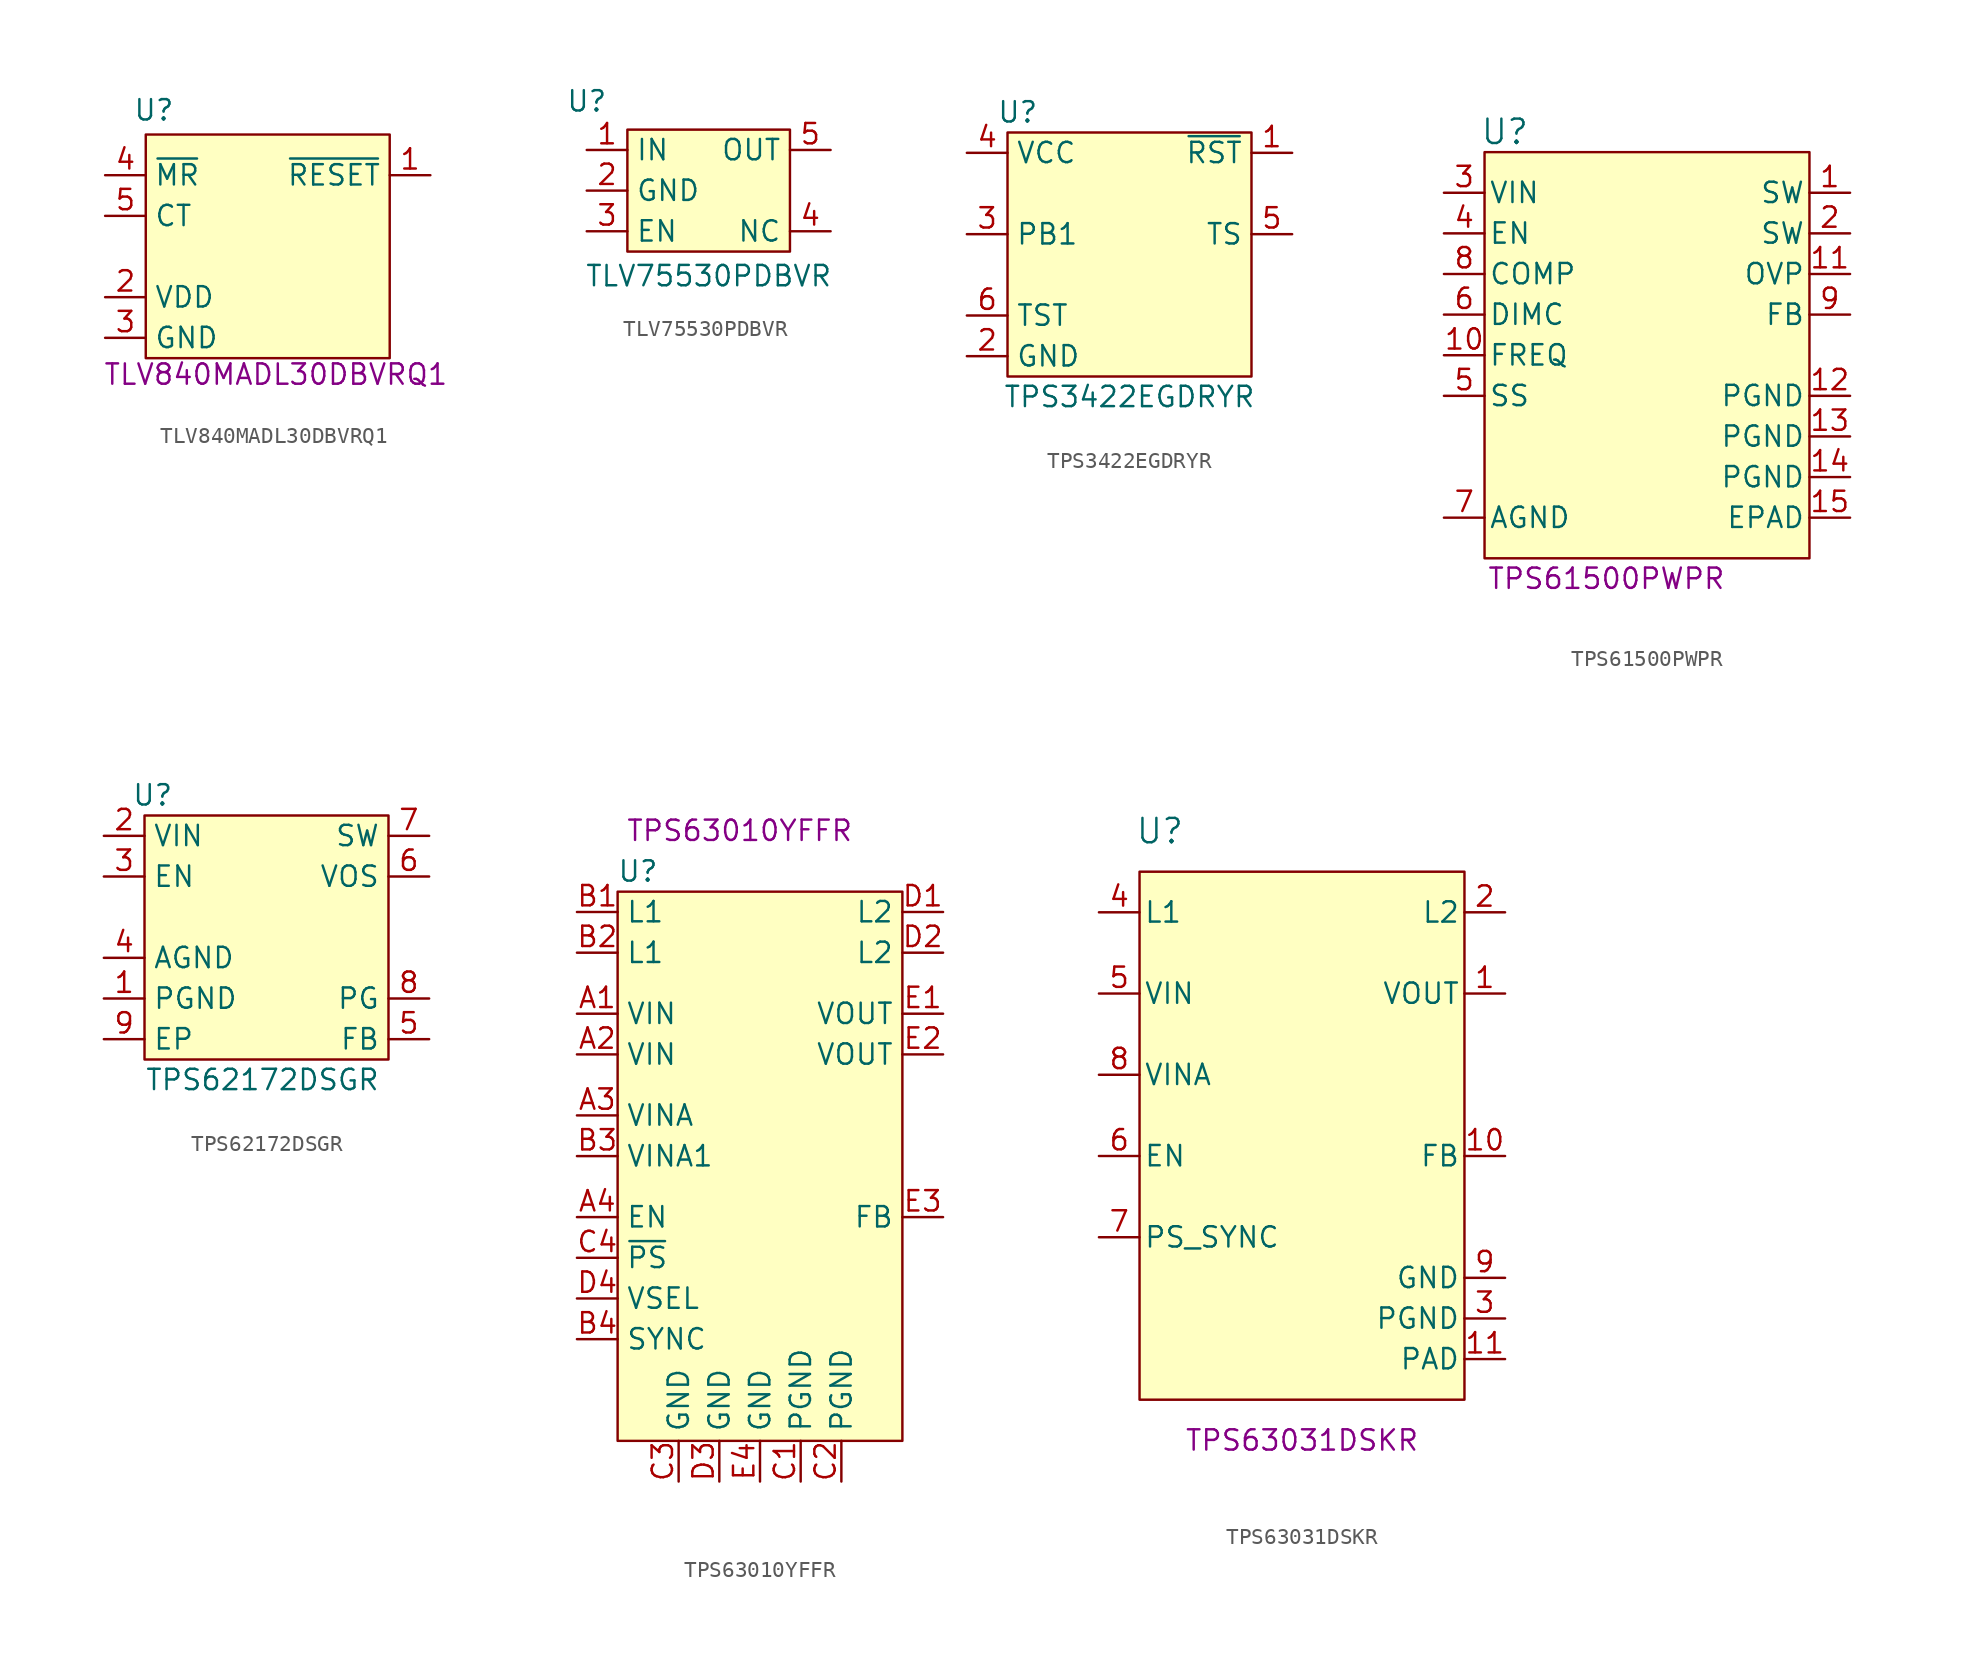
<source format=kicad_sym>
(kicad_symbol_lib
  (version 20241209)
  (generator "kicad_symbol_editor")
  (generator_version "9.0")
  (symbol "TLV840MADL30DBVRQ1"
    (property "Reference" "U"
      (at 3.048 4.064 0)
      (effects (font (size 1.27 1.27))))
    (property "Value" ""
      (at 0 0 0)
      (effects (font (size 1.27 1.27))))
    (property "PartNumber" "TLV840MADL30DBVRQ1"
      (at 10.668 -12.446 0)
      (effects (font (size 1.27 1.27))))
    (symbol "TLV840MADL30DBVRQ1_0_0"
      (pin passive line (at 0 0 0) (length 2.54) (name "~{MR}" (effects (font (size 1.27 1.27)))) (number "4" (effects (font (size 1.27 1.27)))))
      (pin passive line (at 0 -2.54 0) (length 2.54) (name "CT" (effects (font (size 1.27 1.27)))) (number "5" (effects (font (size 1.27 1.27)))))
      (pin passive line (at 0 -7.62 0) (length 2.54) (name "VDD" (effects (font (size 1.27 1.27)))) (number "2" (effects (font (size 1.27 1.27)))))
      (pin passive line (at 0 -10.16 0) (length 2.54) (name "GND" (effects (font (size 1.27 1.27)))) (number "3" (effects (font (size 1.27 1.27))))))
    (symbol "TLV840MADL30DBVRQ1_1_0"
      (pin passive line (at 20.32 0 180) (length 2.54) (name "~{RESET}" (effects (font (size 1.27 1.27)))) (number "1" (effects (font (size 1.27 1.27))))))
    (symbol "TLV840MADL30DBVRQ1_1_1"
      (rectangle (start 2.54 2.54) (end 17.78 -11.43) (stroke (width 0) (type default)) (fill (type background)))))
  (symbol "TLV75530PDBVR"
    (property "Reference" "U"
      (at 0 3.048 0)
      (effects (font (size 1.27 1.27))))
    (property "Value" "TLV75530PDBVR"
      (at 7.62 -7.874 0)
      (effects (font (size 1.27 1.27))))
    (symbol "TLV75530PDBVR_1_1"
      (rectangle (start 2.54 1.27) (end 12.7 -6.35) (stroke (width 0) (type default)) (fill (type background)))
      (pin passive line (at 0 0 0) (length 2.54) (name "IN" (effects (font (size 1.27 1.27)))) (number "1" (effects (font (size 1.27 1.27)))))
      (pin passive line (at 0 -2.54 0) (length 2.54) (name "GND" (effects (font (size 1.27 1.27)))) (number "2" (effects (font (size 1.27 1.27)))))
      (pin passive line (at 0 -5.08 0) (length 2.54) (name "EN" (effects (font (size 1.27 1.27)))) (number "3" (effects (font (size 1.27 1.27)))))
      (pin passive line (at 15.24 0 180) (length 2.54) (name "OUT" (effects (font (size 1.27 1.27)))) (number "5" (effects (font (size 1.27 1.27)))))
      (pin passive line (at 15.24 -5.08 180) (length 2.54) (name "NC" (effects (font (size 1.27 1.27)))) (number "4" (effects (font (size 1.27 1.27)))))))
  (symbol "TPS3422EGDRYR"
    (property "Reference" "U"
      (at 3.175 2.54 0)
      (effects (font (size 1.27 1.27))))
    (property "Value" "TPS3422EGDRYR"
      (at 10.16 -15.24 0)
      (effects (font (size 1.27 1.27))))
    (symbol "TPS3422EGDRYR_0_0"
      (pin passive line (at 0 0 0) (length 2.54) (name "VCC" (effects (font (size 1.27 1.27)))) (number "4" (effects (font (size 1.27 1.27)))))
      (pin passive line (at 0 -5.08 0) (length 2.54) (name "PB1" (effects (font (size 1.27 1.27)))) (number "3" (effects (font (size 1.27 1.27)))))
      (pin passive line (at 0 -10.16 0) (length 2.54) (name "TST" (effects (font (size 1.27 1.27)))) (number "6" (effects (font (size 1.27 1.27)))))
      (pin passive line (at 0 -12.7 0) (length 2.54) (name "GND" (effects (font (size 1.27 1.27)))) (number "2" (effects (font (size 1.27 1.27)))))
      (pin passive line (at 20.32 0 180) (length 2.54) (name "~{RST}" (effects (font (size 1.27 1.27)))) (number "1" (effects (font (size 1.27 1.27)))))
      (pin passive line (at 20.32 -5.08 180) (length 2.54) (name "TS" (effects (font (size 1.27 1.27)))) (number "5" (effects (font (size 1.27 1.27))))))
    (symbol "TPS3422EGDRYR_1_1"
      (rectangle (start 2.54 1.27) (end 17.78 -13.97) (stroke (width 0) (type solid)) (fill (type background)))))
  (symbol "TPS61500PWPR"
    (pin_names
      (offset 0.254))
    (property "Reference" "U"
      (at -21.59 3.81 0)
      (effects (font (size 1.524 1.524))))
    (property "PartNumber" "TPS61500PWPR"
      (at -15.24 -24.13 0)
      (effects (font (size 1.27 1.27))))
    (symbol "TPS61500PWPR_1_1"
      (rectangle (start -22.86 2.54) (end -2.54 -22.86) (stroke (width 0) (type default)) (fill (type background)))
      (pin passive line (at -25.4 0 0) (length 2.54) (name "VIN" (effects (font (size 1.27 1.27)))) (number "3" (effects (font (size 1.27 1.27)))))
      (pin passive line (at -25.4 -2.54 0) (length 2.54) (name "EN" (effects (font (size 1.27 1.27)))) (number "4" (effects (font (size 1.27 1.27)))))
      (pin passive line (at -25.4 -5.08 0) (length 2.54) (name "COMP" (effects (font (size 1.27 1.27)))) (number "8" (effects (font (size 1.27 1.27)))))
      (pin passive line (at -25.4 -7.62 0) (length 2.54) (name "DIMC" (effects (font (size 1.27 1.27)))) (number "6" (effects (font (size 1.27 1.27)))))
      (pin passive line (at -25.4 -10.16 0) (length 2.54) (name "FREQ" (effects (font (size 1.27 1.27)))) (number "10" (effects (font (size 1.27 1.27)))))
      (pin passive line (at -25.4 -12.7 0) (length 2.54) (name "SS" (effects (font (size 1.27 1.27)))) (number "5" (effects (font (size 1.27 1.27)))))
      (pin passive line (at -25.4 -20.32 0) (length 2.54) (name "AGND" (effects (font (size 1.27 1.27)))) (number "7" (effects (font (size 1.27 1.27)))))
      (pin passive line (at 0 0 180) (length 2.54) (name "SW" (effects (font (size 1.27 1.27)))) (number "1" (effects (font (size 1.27 1.27)))))
      (pin passive line (at 0 -2.54 180) (length 2.54) (name "SW" (effects (font (size 1.27 1.27)))) (number "2" (effects (font (size 1.27 1.27)))))
      (pin passive line (at 0 -5.08 180) (length 2.54) (name "OVP" (effects (font (size 1.27 1.27)))) (number "11" (effects (font (size 1.27 1.27)))))
      (pin passive line (at 0 -7.62 180) (length 2.54) (name "FB" (effects (font (size 1.27 1.27)))) (number "9" (effects (font (size 1.27 1.27)))))
      (pin passive line (at 0 -12.7 180) (length 2.54) (name "PGND" (effects (font (size 1.27 1.27)))) (number "12" (effects (font (size 1.27 1.27)))))
      (pin passive line (at 0 -15.24 180) (length 2.54) (name "PGND" (effects (font (size 1.27 1.27)))) (number "13" (effects (font (size 1.27 1.27)))))
      (pin passive line (at 0 -17.78 180) (length 2.54) (name "PGND" (effects (font (size 1.27 1.27)))) (number "14" (effects (font (size 1.27 1.27)))))
      (pin passive line (at 0 -20.32 180) (length 2.54) (name "EPAD" (effects (font (size 1.27 1.27)))) (number "15" (effects (font (size 1.27 1.27)))))))
  (symbol "TPS62172DSGR"
    (property "Reference" "U"
      (at 3.048 2.54 0)
      (effects (font (size 1.27 1.27))))
    (property "Value" "TPS62172DSGR"
      (at 9.906 -15.24 0)
      (effects (font (size 1.27 1.27))))
    (symbol "TPS62172DSGR_0_0"
      (pin passive line (at 0 0 0) (length 2.54) (name "VIN" (effects (font (size 1.27 1.27)))) (number "2" (effects (font (size 1.27 1.27)))))
      (pin passive line (at 0 -2.54 0) (length 2.54) (name "EN" (effects (font (size 1.27 1.27)))) (number "3" (effects (font (size 1.27 1.27)))))
      (pin passive line (at 0 -7.62 0) (length 2.54) (name "AGND" (effects (font (size 1.27 1.27)))) (number "4" (effects (font (size 1.27 1.27)))))
      (pin passive line (at 0 -10.16 0) (length 2.54) (name "PGND" (effects (font (size 1.27 1.27)))) (number "1" (effects (font (size 1.27 1.27)))))
      (pin passive line (at 20.32 0 180) (length 2.54) (name "SW" (effects (font (size 1.27 1.27)))) (number "7" (effects (font (size 1.27 1.27)))))
      (pin passive line (at 20.32 -2.54 180) (length 2.54) (name "VOS" (effects (font (size 1.27 1.27)))) (number "6" (effects (font (size 1.27 1.27)))))
      (pin passive line (at 20.32 -10.16 180) (length 2.54) (name "PG" (effects (font (size 1.27 1.27)))) (number "8" (effects (font (size 1.27 1.27)))))
      (pin passive line (at 20.32 -12.7 180) (length 2.54) (name "FB" (effects (font (size 1.27 1.27)))) (number "5" (effects (font (size 1.27 1.27))))))
    (symbol "TPS62172DSGR_1_0"
      (pin passive line (at 0 -12.7 0) (length 2.54) (name "EP" (effects (font (size 1.27 1.27)))) (number "9" (effects (font (size 1.27 1.27))))))
    (symbol "TPS62172DSGR_1_1"
      (rectangle (start 2.54 1.27) (end 17.78 -13.97) (stroke (width 0) (type solid)) (fill (type background)))))
  (symbol "TPS63010YFFR"
    (property "Reference" "U"
      (at -7.62 16.51 0)
      (effects (font (size 1.27 1.27))))
    (property "PartNumber" "TPS63010YFFR"
      (at -1.27 19.05 0)
      (effects (font (size 1.27 1.27))))
    (symbol "TPS63010YFFR_1_1"
      (rectangle (start -8.89 15.24) (end 8.89 -19.05) (stroke (width 0) (type default)) (fill (type background)))
      (pin passive line (at -11.43 13.97 0) (length 2.54) (name "L1" (effects (font (size 1.27 1.27)))) (number "B1" (effects (font (size 1.27 1.27)))))
      (pin passive line (at -11.43 11.43 0) (length 2.54) (name "L1" (effects (font (size 1.27 1.27)))) (number "B2" (effects (font (size 1.27 1.27)))))
      (pin passive line (at -11.43 7.62 0) (length 2.54) (name "VIN" (effects (font (size 1.27 1.27)))) (number "A1" (effects (font (size 1.27 1.27)))))
      (pin passive line (at -11.43 5.08 0) (length 2.54) (name "VIN" (effects (font (size 1.27 1.27)))) (number "A2" (effects (font (size 1.27 1.27)))))
      (pin passive line (at -11.43 1.27 0) (length 2.54) (name "VINA" (effects (font (size 1.27 1.27)))) (number "A3" (effects (font (size 1.27 1.27)))))
      (pin passive line (at -11.43 -1.27 0) (length 2.54) (name "VINA1" (effects (font (size 1.27 1.27)))) (number "B3" (effects (font (size 1.27 1.27)))))
      (pin passive line (at -11.43 -5.08 0) (length 2.54) (name "EN" (effects (font (size 1.27 1.27)))) (number "A4" (effects (font (size 1.27 1.27)))))
      (pin passive line (at -11.43 -7.62 0) (length 2.54) (name "~{PS}" (effects (font (size 1.27 1.27)))) (number "C4" (effects (font (size 1.27 1.27)))))
      (pin passive line (at -11.43 -10.16 0) (length 2.54) (name "VSEL" (effects (font (size 1.27 1.27)))) (number "D4" (effects (font (size 1.27 1.27)))))
      (pin passive line (at -11.43 -12.7 0) (length 2.54) (name "SYNC" (effects (font (size 1.27 1.27)))) (number "B4" (effects (font (size 1.27 1.27)))))
      (pin passive line (at -5.08 -21.59 90) (length 2.54) (name "GND" (effects (font (size 1.27 1.27)))) (number "C3" (effects (font (size 1.27 1.27)))))
      (pin passive line (at -2.54 -21.59 90) (length 2.54) (name "GND" (effects (font (size 1.27 1.27)))) (number "D3" (effects (font (size 1.27 1.27)))))
      (pin passive line (at 0 -21.59 90) (length 2.54) (name "GND" (effects (font (size 1.27 1.27)))) (number "E4" (effects (font (size 1.27 1.27)))))
      (pin passive line (at 2.54 -21.59 90) (length 2.54) (name "PGND" (effects (font (size 1.27 1.27)))) (number "C1" (effects (font (size 1.27 1.27)))))
      (pin passive line (at 5.08 -21.59 90) (length 2.54) (name "PGND" (effects (font (size 1.27 1.27)))) (number "C2" (effects (font (size 1.27 1.27)))))
      (pin passive line (at 11.43 13.97 180) (length 2.54) (name "L2" (effects (font (size 1.27 1.27)))) (number "D1" (effects (font (size 1.27 1.27)))))
      (pin passive line (at 11.43 11.43 180) (length 2.54) (name "L2" (effects (font (size 1.27 1.27)))) (number "D2" (effects (font (size 1.27 1.27)))))
      (pin passive line (at 11.43 7.62 180) (length 2.54) (name "VOUT" (effects (font (size 1.27 1.27)))) (number "E1" (effects (font (size 1.27 1.27)))))
      (pin passive line (at 11.43 5.08 180) (length 2.54) (name "VOUT" (effects (font (size 1.27 1.27)))) (number "E2" (effects (font (size 1.27 1.27)))))
      (pin passive line (at 11.43 -5.08 180) (length 2.54) (name "FB" (effects (font (size 1.27 1.27)))) (number "E3" (effects (font (size 1.27 1.27)))))))
  (symbol "TPS63031DSKR"
    (pin_names
      (offset 0.254))
    (property "Reference" "U"
      (at -21.59 10.16 0)
      (effects (font (size 1.524 1.524))))
    (property "PartNumber" "TPS63031DSKR"
      (at -12.7 -27.94 0)
      (effects (font (size 1.27 1.27))))
    (symbol "TPS63031DSKR_1_1"
      (rectangle (start -22.86 7.62) (end -2.54 -25.4) (stroke (width 0) (type default)) (fill (type background)))
      (pin passive line (at -25.4 5.08 0) (length 2.54) (name "L1" (effects (font (size 1.27 1.27)))) (number "4" (effects (font (size 1.27 1.27)))))
      (pin passive line (at -25.4 0 0) (length 2.54) (name "VIN" (effects (font (size 1.27 1.27)))) (number "5" (effects (font (size 1.27 1.27)))))
      (pin passive line (at -25.4 -5.08 0) (length 2.54) (name "VINA" (effects (font (size 1.27 1.27)))) (number "8" (effects (font (size 1.27 1.27)))))
      (pin passive line (at -25.4 -10.16 0) (length 2.54) (name "EN" (effects (font (size 1.27 1.27)))) (number "6" (effects (font (size 1.27 1.27)))))
      (pin passive line (at -25.4 -15.24 0) (length 2.54) (name "PS_SYNC" (effects (font (size 1.27 1.27)))) (number "7" (effects (font (size 1.27 1.27)))))
      (pin passive line (at 0 5.08 180) (length 2.54) (name "L2" (effects (font (size 1.27 1.27)))) (number "2" (effects (font (size 1.27 1.27)))))
      (pin passive line (at 0 0 180) (length 2.54) (name "VOUT" (effects (font (size 1.27 1.27)))) (number "1" (effects (font (size 1.27 1.27)))))
      (pin passive line (at 0 -10.16 180) (length 2.54) (name "FB" (effects (font (size 1.27 1.27)))) (number "10" (effects (font (size 1.27 1.27)))))
      (pin passive line (at 0 -17.78 180) (length 2.54) (name "GND" (effects (font (size 1.27 1.27)))) (number "9" (effects (font (size 1.27 1.27)))))
      (pin passive line (at 0 -20.32 180) (length 2.54) (name "PGND" (effects (font (size 1.27 1.27)))) (number "3" (effects (font (size 1.27 1.27)))))
      (pin passive line (at 0 -22.86 180) (length 2.54) (name "PAD" (effects (font (size 1.27 1.27)))) (number "11" (effects (font (size 1.27 1.27))))))))
</source>
